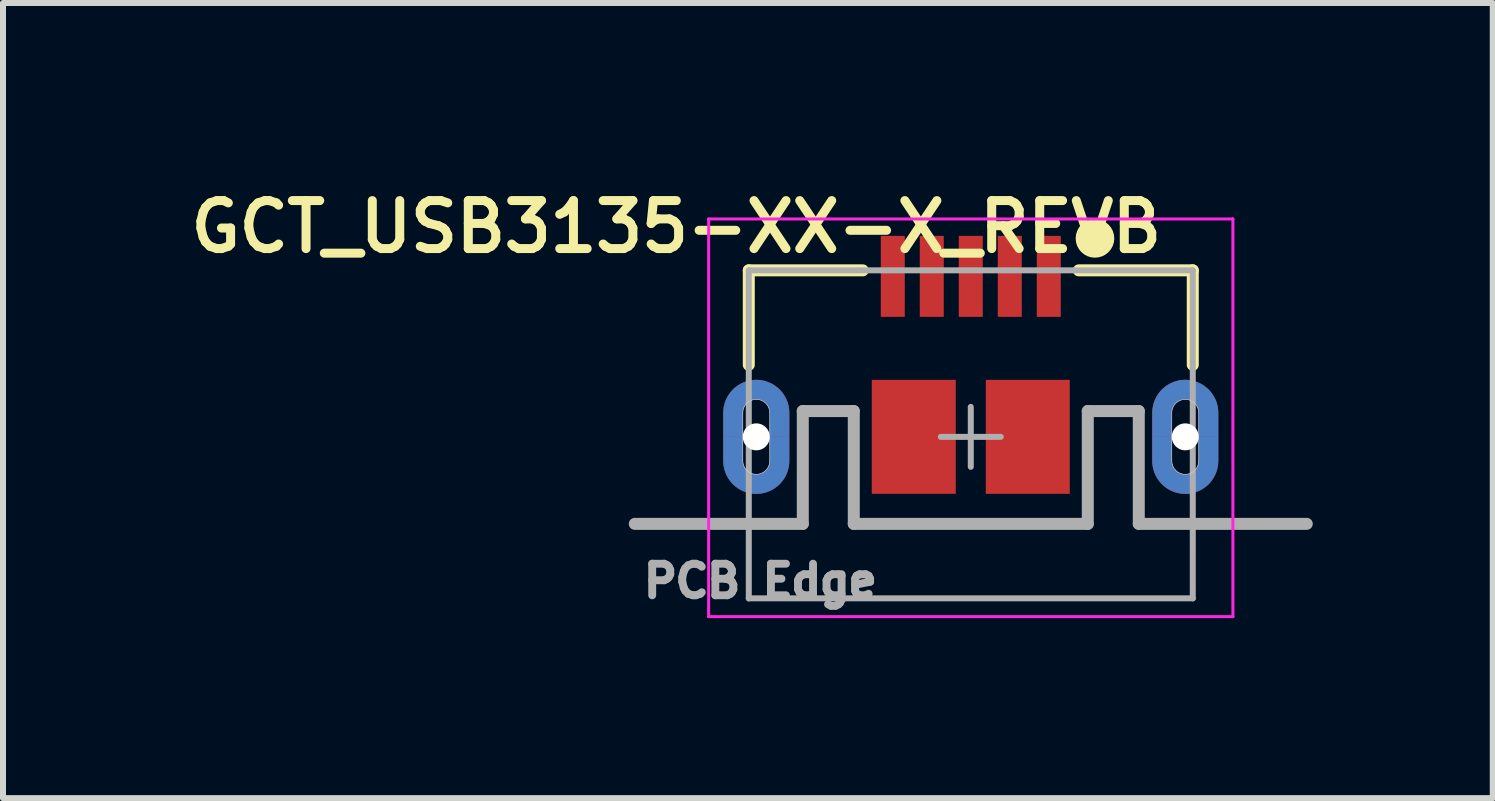
<source format=kicad_pcb>
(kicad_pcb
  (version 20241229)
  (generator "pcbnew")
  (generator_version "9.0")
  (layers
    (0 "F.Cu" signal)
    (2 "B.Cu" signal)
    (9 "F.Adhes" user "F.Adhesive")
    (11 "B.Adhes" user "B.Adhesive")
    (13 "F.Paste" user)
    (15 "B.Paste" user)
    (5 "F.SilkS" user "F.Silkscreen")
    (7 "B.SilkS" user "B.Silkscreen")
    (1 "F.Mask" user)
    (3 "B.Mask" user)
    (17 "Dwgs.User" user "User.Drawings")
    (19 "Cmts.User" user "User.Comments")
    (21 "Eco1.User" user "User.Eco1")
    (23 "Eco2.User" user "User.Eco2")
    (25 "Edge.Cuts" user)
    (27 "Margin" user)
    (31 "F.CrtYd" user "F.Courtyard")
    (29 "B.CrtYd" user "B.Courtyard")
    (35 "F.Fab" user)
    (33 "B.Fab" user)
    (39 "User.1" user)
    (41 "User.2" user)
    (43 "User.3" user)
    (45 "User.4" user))
  (footprint "GCT_USB3135-XX-X_REVB"
    (layer "F.Cu")
    (at 13.13 4.231)
    (property "Reference" "GCT_USB3135-XX-X_REVB" (at -4.908 -3.5 180) (layer "F.SilkS") (effects (font (size 0.8 0.8) (thickness 0.15))))
    (attr smd)
    (fp_poly (pts (xy -3.8 0) (xy -4.125 0) (xy -4.125 0.4) (xy -4.124 0.429) (xy -4.122 0.457) (xy -4.118 0.486) (xy -4.113 0.514) (xy -4.106 0.542) (xy -4.098 0.57) (xy -4.088 0.597) (xy -4.077 0.624) (xy -4.065 0.65) (xy -4.051 0.675) (xy -4.036 0.7) (xy -4.02 0.723) (xy -4.002 0.746) (xy -3.984 0.768) (xy -3.964 0.789) (xy -3.943 0.809) (xy -3.921 0.827) (xy -3.898 0.845) (xy -3.875 0.861) (xy -3.85 0.876) (xy -3.825 0.89) (xy -3.799 0.902) (xy -3.772 0.913) (xy -3.745 0.923) (xy -3.717 0.931) (xy -3.689 0.938) (xy -3.661 0.943) (xy -3.632 0.947) (xy -3.604 0.949) (xy -3.575 0.95) (xy -3.546 0.949) (xy -3.518 0.947) (xy -3.489 0.943) (xy -3.461 0.938) (xy -3.433 0.931) (xy -3.405 0.923) (xy -3.378 0.913) (xy -3.351 0.902) (xy -3.325 0.89) (xy -3.3 0.876) (xy -3.275 0.861) (xy -3.252 0.845) (xy -3.229 0.827) (xy -3.207 0.809) (xy -3.186 0.789) (xy -3.166 0.768) (xy -3.148 0.746) (xy -3.13 0.723) (xy -3.114 0.7) (xy -3.099 0.675) (xy -3.085 0.65) (xy -3.073 0.624) (xy -3.062 0.597) (xy -3.052 0.57) (xy -3.044 0.542) (xy -3.037 0.514) (xy -3.032 0.486) (xy -3.028 0.457) (xy -3.026 0.429) (xy -3.025 0.4) (xy -3.025 0) (xy -3.35 0) (xy -3.35 0.4) (xy -3.35 0.412) (xy -3.351 0.424) (xy -3.353 0.435) (xy -3.355 0.447) (xy -3.358 0.458) (xy -3.361 0.47) (xy -3.365 0.481) (xy -3.369 0.492) (xy -3.375 0.502) (xy -3.38 0.512) (xy -3.386 0.523) (xy -3.393 0.532) (xy -3.4 0.542) (xy -3.408 0.551) (xy -3.416 0.559) (xy -3.424 0.567) (xy -3.433 0.575) (xy -3.443 0.582) (xy -3.452 0.589) (xy -3.463 0.595) (xy -3.473 0.6) (xy -3.483 0.606) (xy -3.494 0.61) (xy -3.505 0.614) (xy -3.517 0.617) (xy -3.528 0.62) (xy -3.54 0.622) (xy -3.551 0.624) (xy -3.563 0.625) (xy -3.575 0.625) (xy -3.587 0.625) (xy -3.599 0.624) (xy -3.61 0.622) (xy -3.622 0.62) (xy -3.633 0.617) (xy -3.645 0.614) (xy -3.656 0.61) (xy -3.667 0.606) (xy -3.677 0.6) (xy -3.688 0.595) (xy -3.698 0.589) (xy -3.707 0.582) (xy -3.717 0.575) (xy -3.726 0.567) (xy -3.734 0.559) (xy -3.742 0.551) (xy -3.75 0.542) (xy -3.757 0.532) (xy -3.764 0.523) (xy -3.77 0.513) (xy -3.775 0.502) (xy -3.781 0.492) (xy -3.785 0.481) (xy -3.789 0.47) (xy -3.792 0.458) (xy -3.795 0.447) (xy -3.797 0.435) (xy -3.799 0.424) (xy -3.8 0.412) (xy -3.8 0.4) (xy -3.8 0)) (stroke (width 0.001) (type solid)) (fill yes) (layer "F.Cu"))
    (fp_poly (pts (xy 3.35 0) (xy 3.025 0) (xy 3.025 0.4) (xy 3.026 0.429) (xy 3.028 0.457) (xy 3.032 0.486) (xy 3.037 0.514) (xy 3.044 0.542) (xy 3.052 0.57) (xy 3.062 0.597) (xy 3.073 0.624) (xy 3.085 0.65) (xy 3.099 0.675) (xy 3.114 0.7) (xy 3.13 0.723) (xy 3.148 0.746) (xy 3.166 0.768) (xy 3.186 0.789) (xy 3.207 0.809) (xy 3.229 0.827) (xy 3.252 0.845) (xy 3.275 0.861) (xy 3.3 0.876) (xy 3.325 0.89) (xy 3.351 0.902) (xy 3.378 0.913) (xy 3.405 0.923) (xy 3.433 0.931) (xy 3.461 0.938) (xy 3.489 0.943) (xy 3.518 0.947) (xy 3.546 0.949) (xy 3.575 0.95) (xy 3.604 0.949) (xy 3.632 0.947) (xy 3.661 0.943) (xy 3.689 0.938) (xy 3.717 0.931) (xy 3.745 0.923) (xy 3.772 0.913) (xy 3.799 0.902) (xy 3.825 0.89) (xy 3.85 0.876) (xy 3.875 0.861) (xy 3.898 0.845) (xy 3.921 0.827) (xy 3.943 0.809) (xy 3.964 0.789) (xy 3.984 0.768) (xy 4.002 0.746) (xy 4.02 0.723) (xy 4.036 0.7) (xy 4.051 0.675) (xy 4.065 0.65) (xy 4.077 0.624) (xy 4.088 0.597) (xy 4.098 0.57) (xy 4.106 0.542) (xy 4.113 0.514) (xy 4.118 0.486) (xy 4.122 0.457) (xy 4.124 0.429) (xy 4.125 0.4) (xy 4.125 0) (xy 3.8 0) (xy 3.8 0.4) (xy 3.8 0.412) (xy 3.799 0.424) (xy 3.797 0.435) (xy 3.795 0.447) (xy 3.792 0.458) (xy 3.789 0.47) (xy 3.785 0.481) (xy 3.781 0.492) (xy 3.775 0.502) (xy 3.77 0.513) (xy 3.764 0.523) (xy 3.757 0.532) (xy 3.75 0.542) (xy 3.742 0.551) (xy 3.734 0.559) (xy 3.726 0.567) (xy 3.717 0.575) (xy 3.707 0.582) (xy 3.698 0.589) (xy 3.688 0.595) (xy 3.677 0.6) (xy 3.667 0.606) (xy 3.656 0.61) (xy 3.645 0.614) (xy 3.633 0.617) (xy 3.622 0.62) (xy 3.61 0.622) (xy 3.599 0.624) (xy 3.587 0.625) (xy 3.575 0.625) (xy 3.563 0.625) (xy 3.551 0.624) (xy 3.54 0.622) (xy 3.528 0.62) (xy 3.517 0.617) (xy 3.505 0.614) (xy 3.494 0.61) (xy 3.483 0.606) (xy 3.473 0.6) (xy 3.463 0.595) (xy 3.452 0.589) (xy 3.443 0.582) (xy 3.433 0.575) (xy 3.424 0.567) (xy 3.416 0.559) (xy 3.408 0.551) (xy 3.4 0.542) (xy 3.393 0.532) (xy 3.386 0.523) (xy 3.38 0.512) (xy 3.375 0.502) (xy 3.369 0.492) (xy 3.365 0.481) (xy 3.361 0.47) (xy 3.358 0.458) (xy 3.355 0.447) (xy 3.353 0.435) (xy 3.351 0.424) (xy 3.35 0.412) (xy 3.35 0.4) (xy 3.35 0)) (stroke (width 0.001) (type solid)) (fill yes) (layer "F.Cu"))
    (fp_poly (pts (xy -4.229 -1.05) (xy -2.925 -1.05) (xy -2.925 1.051) (xy -4.229 1.051)) (stroke (width 0.01) (type solid)) (fill yes) (layer "F.Mask"))
    (fp_poly (pts (xy 2.93 -1.05) (xy 4.225 -1.05) (xy 4.225 1.052) (xy 2.93 1.052)) (stroke (width 0.01) (type solid)) (fill yes) (layer "F.Mask"))
    (fp_poly (pts (xy -3.8 0) (xy -4.125 0) (xy -4.125 0.4) (xy -4.124 0.429) (xy -4.122 0.457) (xy -4.118 0.486) (xy -4.113 0.514) (xy -4.106 0.542) (xy -4.098 0.57) (xy -4.088 0.597) (xy -4.077 0.624) (xy -4.065 0.65) (xy -4.051 0.675) (xy -4.036 0.7) (xy -4.02 0.723) (xy -4.002 0.746) (xy -3.984 0.768) (xy -3.964 0.789) (xy -3.943 0.809) (xy -3.921 0.827) (xy -3.898 0.845) (xy -3.875 0.861) (xy -3.85 0.876) (xy -3.825 0.89) (xy -3.799 0.902) (xy -3.772 0.913) (xy -3.745 0.923) (xy -3.717 0.931) (xy -3.689 0.938) (xy -3.661 0.943) (xy -3.632 0.947) (xy -3.604 0.949) (xy -3.575 0.95) (xy -3.546 0.949) (xy -3.518 0.947) (xy -3.489 0.943) (xy -3.461 0.938) (xy -3.433 0.931) (xy -3.405 0.923) (xy -3.378 0.913) (xy -3.351 0.902) (xy -3.325 0.89) (xy -3.3 0.876) (xy -3.275 0.861) (xy -3.252 0.845) (xy -3.229 0.827) (xy -3.207 0.809) (xy -3.186 0.789) (xy -3.166 0.768) (xy -3.148 0.746) (xy -3.13 0.723) (xy -3.114 0.7) (xy -3.099 0.675) (xy -3.085 0.65) (xy -3.073 0.624) (xy -3.062 0.597) (xy -3.052 0.57) (xy -3.044 0.542) (xy -3.037 0.514) (xy -3.032 0.486) (xy -3.028 0.457) (xy -3.026 0.429) (xy -3.025 0.4) (xy -3.025 0) (xy -3.35 0) (xy -3.35 0.4) (xy -3.35 0.412) (xy -3.351 0.424) (xy -3.353 0.435) (xy -3.355 0.447) (xy -3.358 0.458) (xy -3.361 0.47) (xy -3.365 0.481) (xy -3.369 0.492) (xy -3.375 0.502) (xy -3.38 0.512) (xy -3.386 0.523) (xy -3.393 0.532) (xy -3.4 0.542) (xy -3.408 0.551) (xy -3.416 0.559) (xy -3.424 0.567) (xy -3.433 0.575) (xy -3.443 0.582) (xy -3.452 0.589) (xy -3.463 0.595) (xy -3.473 0.6) (xy -3.483 0.606) (xy -3.494 0.61) (xy -3.505 0.614) (xy -3.517 0.617) (xy -3.528 0.62) (xy -3.54 0.622) (xy -3.551 0.624) (xy -3.563 0.625) (xy -3.575 0.625) (xy -3.587 0.625) (xy -3.599 0.624) (xy -3.61 0.622) (xy -3.622 0.62) (xy -3.633 0.617) (xy -3.645 0.614) (xy -3.656 0.61) (xy -3.667 0.606) (xy -3.677 0.6) (xy -3.688 0.595) (xy -3.698 0.589) (xy -3.707 0.582) (xy -3.717 0.575) (xy -3.726 0.567) (xy -3.734 0.559) (xy -3.742 0.551) (xy -3.75 0.542) (xy -3.757 0.532) (xy -3.764 0.523) (xy -3.77 0.513) (xy -3.775 0.502) (xy -3.781 0.492) (xy -3.785 0.481) (xy -3.789 0.47) (xy -3.792 0.458) (xy -3.795 0.447) (xy -3.797 0.435) (xy -3.799 0.424) (xy -3.8 0.412) (xy -3.8 0.4) (xy -3.8 0)) (stroke (width 0.001) (type solid)) (fill yes) (layer "B.Cu"))
    (fp_poly (pts (xy -3.35 0) (xy -3.025 0) (xy -3.025 -0.4) (xy -3.026 -0.429) (xy -3.028 -0.457) (xy -3.032 -0.486) (xy -3.037 -0.514) (xy -3.044 -0.542) (xy -3.052 -0.57) (xy -3.062 -0.597) (xy -3.073 -0.624) (xy -3.085 -0.65) (xy -3.099 -0.675) (xy -3.114 -0.7) (xy -3.13 -0.723) (xy -3.148 -0.746) (xy -3.166 -0.768) (xy -3.186 -0.789) (xy -3.207 -0.809) (xy -3.229 -0.827) (xy -3.252 -0.845) (xy -3.275 -0.861) (xy -3.3 -0.876) (xy -3.325 -0.89) (xy -3.351 -0.902) (xy -3.378 -0.913) (xy -3.405 -0.923) (xy -3.433 -0.931) (xy -3.461 -0.938) (xy -3.489 -0.943) (xy -3.518 -0.947) (xy -3.546 -0.949) (xy -3.575 -0.95) (xy -3.604 -0.949) (xy -3.632 -0.947) (xy -3.661 -0.943) (xy -3.689 -0.938) (xy -3.717 -0.931) (xy -3.745 -0.923) (xy -3.772 -0.913) (xy -3.799 -0.902) (xy -3.825 -0.89) (xy -3.85 -0.876) (xy -3.875 -0.861) (xy -3.898 -0.845) (xy -3.921 -0.827) (xy -3.943 -0.809) (xy -3.964 -0.789) (xy -3.984 -0.768) (xy -4.002 -0.746) (xy -4.02 -0.723) (xy -4.036 -0.7) (xy -4.051 -0.675) (xy -4.065 -0.65) (xy -4.077 -0.624) (xy -4.088 -0.597) (xy -4.098 -0.57) (xy -4.106 -0.542) (xy -4.113 -0.514) (xy -4.118 -0.486) (xy -4.122 -0.457) (xy -4.124 -0.429) (xy -4.125 -0.4) (xy -4.125 0) (xy -3.8 0) (xy -3.8 -0.4) (xy -3.8 -0.412) (xy -3.799 -0.424) (xy -3.797 -0.435) (xy -3.795 -0.447) (xy -3.792 -0.458) (xy -3.789 -0.47) (xy -3.785 -0.481) (xy -3.781 -0.492) (xy -3.775 -0.502) (xy -3.77 -0.513) (xy -3.764 -0.523) (xy -3.757 -0.532) (xy -3.75 -0.542) (xy -3.742 -0.551) (xy -3.734 -0.559) (xy -3.726 -0.567) (xy -3.717 -0.575) (xy -3.707 -0.582) (xy -3.698 -0.589) (xy -3.688 -0.595) (xy -3.677 -0.6) (xy -3.667 -0.606) (xy -3.656 -0.61) (xy -3.645 -0.614) (xy -3.633 -0.617) (xy -3.622 -0.62) (xy -3.61 -0.622) (xy -3.599 -0.624) (xy -3.587 -0.625) (xy -3.575 -0.625) (xy -3.563 -0.625) (xy -3.551 -0.624) (xy -3.54 -0.622) (xy -3.528 -0.62) (xy -3.517 -0.617) (xy -3.505 -0.614) (xy -3.494 -0.61) (xy -3.483 -0.606) (xy -3.473 -0.6) (xy -3.463 -0.595) (xy -3.452 -0.589) (xy -3.443 -0.582) (xy -3.433 -0.575) (xy -3.424 -0.567) (xy -3.416 -0.559) (xy -3.408 -0.551) (xy -3.4 -0.542) (xy -3.393 -0.532) (xy -3.386 -0.523) (xy -3.38 -0.512) (xy -3.375 -0.502) (xy -3.369 -0.492) (xy -3.365 -0.481) (xy -3.361 -0.47) (xy -3.358 -0.458) (xy -3.355 -0.447) (xy -3.353 -0.435) (xy -3.351 -0.424) (xy -3.35 -0.412) (xy -3.35 -0.4) (xy -3.35 0)) (stroke (width 0.001) (type solid)) (fill yes) (layer "B.Cu"))
    (fp_poly (pts (xy 3.35 0) (xy 3.025 0) (xy 3.025 0.4) (xy 3.026 0.429) (xy 3.028 0.457) (xy 3.032 0.486) (xy 3.037 0.514) (xy 3.044 0.542) (xy 3.052 0.57) (xy 3.062 0.597) (xy 3.073 0.624) (xy 3.085 0.65) (xy 3.099 0.675) (xy 3.114 0.7) (xy 3.13 0.723) (xy 3.148 0.746) (xy 3.166 0.768) (xy 3.186 0.789) (xy 3.207 0.809) (xy 3.229 0.827) (xy 3.252 0.845) (xy 3.275 0.861) (xy 3.3 0.876) (xy 3.325 0.89) (xy 3.351 0.902) (xy 3.378 0.913) (xy 3.405 0.923) (xy 3.433 0.931) (xy 3.461 0.938) (xy 3.489 0.943) (xy 3.518 0.947) (xy 3.546 0.949) (xy 3.575 0.95) (xy 3.604 0.949) (xy 3.632 0.947) (xy 3.661 0.943) (xy 3.689 0.938) (xy 3.717 0.931) (xy 3.745 0.923) (xy 3.772 0.913) (xy 3.799 0.902) (xy 3.825 0.89) (xy 3.85 0.876) (xy 3.875 0.861) (xy 3.898 0.845) (xy 3.921 0.827) (xy 3.943 0.809) (xy 3.964 0.789) (xy 3.984 0.768) (xy 4.002 0.746) (xy 4.02 0.723) (xy 4.036 0.7) (xy 4.051 0.675) (xy 4.065 0.65) (xy 4.077 0.624) (xy 4.088 0.597) (xy 4.098 0.57) (xy 4.106 0.542) (xy 4.113 0.514) (xy 4.118 0.486) (xy 4.122 0.457) (xy 4.124 0.429) (xy 4.125 0.4) (xy 4.125 0) (xy 3.8 0) (xy 3.8 0.4) (xy 3.8 0.412) (xy 3.799 0.424) (xy 3.797 0.435) (xy 3.795 0.447) (xy 3.792 0.458) (xy 3.789 0.47) (xy 3.785 0.481) (xy 3.781 0.492) (xy 3.775 0.502) (xy 3.77 0.513) (xy 3.764 0.523) (xy 3.757 0.532) (xy 3.75 0.542) (xy 3.742 0.551) (xy 3.734 0.559) (xy 3.726 0.567) (xy 3.717 0.575) (xy 3.707 0.582) (xy 3.698 0.589) (xy 3.688 0.595) (xy 3.677 0.6) (xy 3.667 0.606) (xy 3.656 0.61) (xy 3.645 0.614) (xy 3.633 0.617) (xy 3.622 0.62) (xy 3.61 0.622) (xy 3.599 0.624) (xy 3.587 0.625) (xy 3.575 0.625) (xy 3.563 0.625) (xy 3.551 0.624) (xy 3.54 0.622) (xy 3.528 0.62) (xy 3.517 0.617) (xy 3.505 0.614) (xy 3.494 0.61) (xy 3.483 0.606) (xy 3.473 0.6) (xy 3.463 0.595) (xy 3.452 0.589) (xy 3.443 0.582) (xy 3.433 0.575) (xy 3.424 0.567) (xy 3.416 0.559) (xy 3.408 0.551) (xy 3.4 0.542) (xy 3.393 0.532) (xy 3.386 0.523) (xy 3.38 0.512) (xy 3.375 0.502) (xy 3.369 0.492) (xy 3.365 0.481) (xy 3.361 0.47) (xy 3.358 0.458) (xy 3.355 0.447) (xy 3.353 0.435) (xy 3.351 0.424) (xy 3.35 0.412) (xy 3.35 0.4) (xy 3.35 0)) (stroke (width 0.001) (type solid)) (fill yes) (layer "B.Cu"))
    (fp_poly (pts (xy 3.8 0) (xy 4.125 0) (xy 4.125 -0.4) (xy 4.124 -0.429) (xy 4.122 -0.457) (xy 4.118 -0.486) (xy 4.113 -0.514) (xy 4.106 -0.542) (xy 4.098 -0.57) (xy 4.088 -0.597) (xy 4.077 -0.624) (xy 4.065 -0.65) (xy 4.051 -0.675) (xy 4.036 -0.7) (xy 4.02 -0.723) (xy 4.002 -0.746) (xy 3.984 -0.768) (xy 3.964 -0.789) (xy 3.943 -0.809) (xy 3.921 -0.827) (xy 3.898 -0.845) (xy 3.875 -0.861) (xy 3.85 -0.876) (xy 3.825 -0.89) (xy 3.799 -0.902) (xy 3.772 -0.913) (xy 3.745 -0.923) (xy 3.717 -0.931) (xy 3.689 -0.938) (xy 3.661 -0.943) (xy 3.632 -0.947) (xy 3.604 -0.949) (xy 3.575 -0.95) (xy 3.546 -0.949) (xy 3.518 -0.947) (xy 3.489 -0.943) (xy 3.461 -0.938) (xy 3.433 -0.931) (xy 3.405 -0.923) (xy 3.378 -0.913) (xy 3.351 -0.902) (xy 3.325 -0.89) (xy 3.3 -0.876) (xy 3.275 -0.861) (xy 3.252 -0.845) (xy 3.229 -0.827) (xy 3.207 -0.809) (xy 3.186 -0.789) (xy 3.166 -0.768) (xy 3.148 -0.746) (xy 3.13 -0.723) (xy 3.114 -0.7) (xy 3.099 -0.675) (xy 3.085 -0.65) (xy 3.073 -0.624) (xy 3.062 -0.597) (xy 3.052 -0.57) (xy 3.044 -0.542) (xy 3.037 -0.514) (xy 3.032 -0.486) (xy 3.028 -0.457) (xy 3.026 -0.429) (xy 3.025 -0.4) (xy 3.025 0) (xy 3.35 0) (xy 3.35 -0.4) (xy 3.35 -0.412) (xy 3.351 -0.424) (xy 3.353 -0.435) (xy 3.355 -0.447) (xy 3.358 -0.458) (xy 3.361 -0.47) (xy 3.365 -0.481) (xy 3.369 -0.492) (xy 3.375 -0.502) (xy 3.38 -0.512) (xy 3.386 -0.523) (xy 3.393 -0.532) (xy 3.4 -0.542) (xy 3.408 -0.551) (xy 3.416 -0.559) (xy 3.424 -0.567) (xy 3.433 -0.575) (xy 3.443 -0.582) (xy 3.452 -0.589) (xy 3.463 -0.595) (xy 3.473 -0.6) (xy 3.483 -0.606) (xy 3.494 -0.61) (xy 3.505 -0.614) (xy 3.517 -0.617) (xy 3.528 -0.62) (xy 3.54 -0.622) (xy 3.551 -0.624) (xy 3.563 -0.625) (xy 3.575 -0.625) (xy 3.587 -0.625) (xy 3.599 -0.624) (xy 3.61 -0.622) (xy 3.622 -0.62) (xy 3.633 -0.617) (xy 3.645 -0.614) (xy 3.656 -0.61) (xy 3.667 -0.606) (xy 3.677 -0.6) (xy 3.688 -0.595) (xy 3.698 -0.589) (xy 3.707 -0.582) (xy 3.717 -0.575) (xy 3.726 -0.567) (xy 3.734 -0.559) (xy 3.742 -0.551) (xy 3.75 -0.542) (xy 3.757 -0.532) (xy 3.764 -0.523) (xy 3.77 -0.513) (xy 3.775 -0.502) (xy 3.781 -0.492) (xy 3.785 -0.481) (xy 3.789 -0.47) (xy 3.792 -0.458) (xy 3.795 -0.447) (xy 3.797 -0.435) (xy 3.799 -0.424) (xy 3.8 -0.412) (xy 3.8 -0.4) (xy 3.8 0)) (stroke (width 0.001) (type solid)) (fill yes) (layer "B.Cu"))
    (fp_poly (pts (xy -4.231 -1.05) (xy -2.925 -1.05) (xy -2.925 1.052) (xy -4.231 1.052)) (stroke (width 0.01) (type solid)) (fill yes) (layer "B.Mask"))
    (fp_poly (pts (xy 2.926 -1.05) (xy 4.225 -1.05) (xy 4.225 1.05) (xy 2.926 1.05)) (stroke (width 0.01) (type solid)) (fill yes) (layer "B.Mask"))
    (fp_line (start -3.7 -2.775) (end -1.8 -2.775) (stroke (width 0.2) (type solid)) (layer "F.SilkS"))
    (fp_line (start -3.7 -1.2) (end -3.7 -2.775) (stroke (width 0.2) (type solid)) (layer "F.SilkS"))
    (fp_line (start 1.8 -2.775) (end 3.7 -2.775) (stroke (width 0.2) (type solid)) (layer "F.SilkS"))
    (fp_line (start 3.7 -1.2) (end 3.7 -2.775) (stroke (width 0.2) (type solid)) (layer "F.SilkS"))
    (fp_circle (center 2.07 -3.308) (end 2.142 -3.308) (stroke (width 0.25) (type solid)) (fill no) (layer "F.SilkS"))
    (fp_poly (pts (xy -3.8 0) (xy -4.125 0) (xy -4.125 0.4) (xy -4.124 0.429) (xy -4.122 0.457) (xy -4.118 0.486) (xy -4.113 0.514) (xy -4.106 0.542) (xy -4.098 0.57) (xy -4.088 0.597) (xy -4.077 0.624) (xy -4.065 0.65) (xy -4.051 0.675) (xy -4.036 0.7) (xy -4.02 0.723) (xy -4.002 0.746) (xy -3.984 0.768) (xy -3.964 0.789) (xy -3.943 0.809) (xy -3.921 0.827) (xy -3.898 0.845) (xy -3.875 0.861) (xy -3.85 0.876) (xy -3.825 0.89) (xy -3.799 0.902) (xy -3.772 0.913) (xy -3.745 0.923) (xy -3.717 0.931) (xy -3.689 0.938) (xy -3.661 0.943) (xy -3.632 0.947) (xy -3.604 0.949) (xy -3.575 0.95) (xy -3.546 0.949) (xy -3.518 0.947) (xy -3.489 0.943) (xy -3.461 0.938) (xy -3.433 0.931) (xy -3.405 0.923) (xy -3.378 0.913) (xy -3.351 0.902) (xy -3.325 0.89) (xy -3.3 0.876) (xy -3.275 0.861) (xy -3.252 0.845) (xy -3.229 0.827) (xy -3.207 0.809) (xy -3.186 0.789) (xy -3.166 0.768) (xy -3.148 0.746) (xy -3.13 0.723) (xy -3.114 0.7) (xy -3.099 0.675) (xy -3.085 0.65) (xy -3.073 0.624) (xy -3.062 0.597) (xy -3.052 0.57) (xy -3.044 0.542) (xy -3.037 0.514) (xy -3.032 0.486) (xy -3.028 0.457) (xy -3.026 0.429) (xy -3.025 0.4) (xy -3.025 0) (xy -3.35 0) (xy -3.35 0.4) (xy -3.35 0.412) (xy -3.351 0.424) (xy -3.353 0.435) (xy -3.355 0.447) (xy -3.358 0.458) (xy -3.361 0.47) (xy -3.365 0.481) (xy -3.369 0.492) (xy -3.375 0.502) (xy -3.38 0.512) (xy -3.386 0.523) (xy -3.393 0.532) (xy -3.4 0.542) (xy -3.408 0.551) (xy -3.416 0.559) (xy -3.424 0.567) (xy -3.433 0.575) (xy -3.443 0.582) (xy -3.452 0.589) (xy -3.463 0.595) (xy -3.473 0.6) (xy -3.483 0.606) (xy -3.494 0.61) (xy -3.505 0.614) (xy -3.517 0.617) (xy -3.528 0.62) (xy -3.54 0.622) (xy -3.551 0.624) (xy -3.563 0.625) (xy -3.575 0.625) (xy -3.587 0.625) (xy -3.599 0.624) (xy -3.61 0.622) (xy -3.622 0.62) (xy -3.633 0.617) (xy -3.645 0.614) (xy -3.656 0.61) (xy -3.667 0.606) (xy -3.677 0.6) (xy -3.688 0.595) (xy -3.698 0.589) (xy -3.707 0.582) (xy -3.717 0.575) (xy -3.726 0.567) (xy -3.734 0.559) (xy -3.742 0.551) (xy -3.75 0.542) (xy -3.757 0.532) (xy -3.764 0.523) (xy -3.77 0.513) (xy -3.775 0.502) (xy -3.781 0.492) (xy -3.785 0.481) (xy -3.789 0.47) (xy -3.792 0.458) (xy -3.795 0.447) (xy -3.797 0.435) (xy -3.799 0.424) (xy -3.8 0.412) (xy -3.8 0.4) (xy -3.8 0)) (stroke (width 0.001) (type solid)) (fill yes) (layer "F.Paste"))
    (fp_poly (pts (xy -3.35 0) (xy -3.025 0) (xy -3.025 -0.4) (xy -3.026 -0.429) (xy -3.028 -0.457) (xy -3.032 -0.486) (xy -3.037 -0.514) (xy -3.044 -0.542) (xy -3.052 -0.57) (xy -3.062 -0.597) (xy -3.073 -0.624) (xy -3.085 -0.65) (xy -3.099 -0.675) (xy -3.114 -0.7) (xy -3.13 -0.723) (xy -3.148 -0.746) (xy -3.166 -0.768) (xy -3.186 -0.789) (xy -3.207 -0.809) (xy -3.229 -0.827) (xy -3.252 -0.845) (xy -3.275 -0.861) (xy -3.3 -0.876) (xy -3.325 -0.89) (xy -3.351 -0.902) (xy -3.378 -0.913) (xy -3.405 -0.923) (xy -3.433 -0.931) (xy -3.461 -0.938) (xy -3.489 -0.943) (xy -3.518 -0.947) (xy -3.546 -0.949) (xy -3.575 -0.95) (xy -3.604 -0.949) (xy -3.632 -0.947) (xy -3.661 -0.943) (xy -3.689 -0.938) (xy -3.717 -0.931) (xy -3.745 -0.923) (xy -3.772 -0.913) (xy -3.799 -0.902) (xy -3.825 -0.89) (xy -3.85 -0.876) (xy -3.875 -0.861) (xy -3.898 -0.845) (xy -3.921 -0.827) (xy -3.943 -0.809) (xy -3.964 -0.789) (xy -3.984 -0.768) (xy -4.002 -0.746) (xy -4.02 -0.723) (xy -4.036 -0.7) (xy -4.051 -0.675) (xy -4.065 -0.65) (xy -4.077 -0.624) (xy -4.088 -0.597) (xy -4.098 -0.57) (xy -4.106 -0.542) (xy -4.113 -0.514) (xy -4.118 -0.486) (xy -4.122 -0.457) (xy -4.124 -0.429) (xy -4.125 -0.4) (xy -4.125 0) (xy -3.8 0) (xy -3.8 -0.4) (xy -3.8 -0.412) (xy -3.799 -0.424) (xy -3.797 -0.435) (xy -3.795 -0.447) (xy -3.792 -0.458) (xy -3.789 -0.47) (xy -3.785 -0.481) (xy -3.781 -0.492) (xy -3.775 -0.502) (xy -3.77 -0.513) (xy -3.764 -0.523) (xy -3.757 -0.532) (xy -3.75 -0.542) (xy -3.742 -0.551) (xy -3.734 -0.559) (xy -3.726 -0.567) (xy -3.717 -0.575) (xy -3.707 -0.582) (xy -3.698 -0.589) (xy -3.688 -0.595) (xy -3.677 -0.6) (xy -3.667 -0.606) (xy -3.656 -0.61) (xy -3.645 -0.614) (xy -3.633 -0.617) (xy -3.622 -0.62) (xy -3.61 -0.622) (xy -3.599 -0.624) (xy -3.587 -0.625) (xy -3.575 -0.625) (xy -3.563 -0.625) (xy -3.551 -0.624) (xy -3.54 -0.622) (xy -3.528 -0.62) (xy -3.517 -0.617) (xy -3.505 -0.614) (xy -3.494 -0.61) (xy -3.483 -0.606) (xy -3.473 -0.6) (xy -3.463 -0.595) (xy -3.452 -0.589) (xy -3.443 -0.582) (xy -3.433 -0.575) (xy -3.424 -0.567) (xy -3.416 -0.559) (xy -3.408 -0.551) (xy -3.4 -0.542) (xy -3.393 -0.532) (xy -3.386 -0.523) (xy -3.38 -0.512) (xy -3.375 -0.502) (xy -3.369 -0.492) (xy -3.365 -0.481) (xy -3.361 -0.47) (xy -3.358 -0.458) (xy -3.355 -0.447) (xy -3.353 -0.435) (xy -3.351 -0.424) (xy -3.35 -0.412) (xy -3.35 -0.4) (xy -3.35 0)) (stroke (width 0.001) (type solid)) (fill yes) (layer "F.Paste"))
    (fp_poly (pts (xy 3.35 0) (xy 3.025 0) (xy 3.025 0.4) (xy 3.026 0.429) (xy 3.028 0.457) (xy 3.032 0.486) (xy 3.037 0.514) (xy 3.044 0.542) (xy 3.052 0.57) (xy 3.062 0.597) (xy 3.073 0.624) (xy 3.085 0.65) (xy 3.099 0.675) (xy 3.114 0.7) (xy 3.13 0.723) (xy 3.148 0.746) (xy 3.166 0.768) (xy 3.186 0.789) (xy 3.207 0.809) (xy 3.229 0.827) (xy 3.252 0.845) (xy 3.275 0.861) (xy 3.3 0.876) (xy 3.325 0.89) (xy 3.351 0.902) (xy 3.378 0.913) (xy 3.405 0.923) (xy 3.433 0.931) (xy 3.461 0.938) (xy 3.489 0.943) (xy 3.518 0.947) (xy 3.546 0.949) (xy 3.575 0.95) (xy 3.604 0.949) (xy 3.632 0.947) (xy 3.661 0.943) (xy 3.689 0.938) (xy 3.717 0.931) (xy 3.745 0.923) (xy 3.772 0.913) (xy 3.799 0.902) (xy 3.825 0.89) (xy 3.85 0.876) (xy 3.875 0.861) (xy 3.898 0.845) (xy 3.921 0.827) (xy 3.943 0.809) (xy 3.964 0.789) (xy 3.984 0.768) (xy 4.002 0.746) (xy 4.02 0.723) (xy 4.036 0.7) (xy 4.051 0.675) (xy 4.065 0.65) (xy 4.077 0.624) (xy 4.088 0.597) (xy 4.098 0.57) (xy 4.106 0.542) (xy 4.113 0.514) (xy 4.118 0.486) (xy 4.122 0.457) (xy 4.124 0.429) (xy 4.125 0.4) (xy 4.125 0) (xy 3.8 0) (xy 3.8 0.4) (xy 3.8 0.412) (xy 3.799 0.424) (xy 3.797 0.435) (xy 3.795 0.447) (xy 3.792 0.458) (xy 3.789 0.47) (xy 3.785 0.481) (xy 3.781 0.492) (xy 3.775 0.502) (xy 3.77 0.513) (xy 3.764 0.523) (xy 3.757 0.532) (xy 3.75 0.542) (xy 3.742 0.551) (xy 3.734 0.559) (xy 3.726 0.567) (xy 3.717 0.575) (xy 3.707 0.582) (xy 3.698 0.589) (xy 3.688 0.595) (xy 3.677 0.6) (xy 3.667 0.606) (xy 3.656 0.61) (xy 3.645 0.614) (xy 3.633 0.617) (xy 3.622 0.62) (xy 3.61 0.622) (xy 3.599 0.624) (xy 3.587 0.625) (xy 3.575 0.625) (xy 3.563 0.625) (xy 3.551 0.624) (xy 3.54 0.622) (xy 3.528 0.62) (xy 3.517 0.617) (xy 3.505 0.614) (xy 3.494 0.61) (xy 3.483 0.606) (xy 3.473 0.6) (xy 3.463 0.595) (xy 3.452 0.589) (xy 3.443 0.582) (xy 3.433 0.575) (xy 3.424 0.567) (xy 3.416 0.559) (xy 3.408 0.551) (xy 3.4 0.542) (xy 3.393 0.532) (xy 3.386 0.523) (xy 3.38 0.512) (xy 3.375 0.502) (xy 3.369 0.492) (xy 3.365 0.481) (xy 3.361 0.47) (xy 3.358 0.458) (xy 3.355 0.447) (xy 3.353 0.435) (xy 3.351 0.424) (xy 3.35 0.412) (xy 3.35 0.4) (xy 3.35 0)) (stroke (width 0.001) (type solid)) (fill yes) (layer "F.Paste"))
    (fp_poly (pts (xy 3.8 0) (xy 4.125 0) (xy 4.125 -0.4) (xy 4.124 -0.429) (xy 4.122 -0.457) (xy 4.118 -0.486) (xy 4.113 -0.514) (xy 4.106 -0.542) (xy 4.098 -0.57) (xy 4.088 -0.597) (xy 4.077 -0.624) (xy 4.065 -0.65) (xy 4.051 -0.675) (xy 4.036 -0.7) (xy 4.02 -0.723) (xy 4.002 -0.746) (xy 3.984 -0.768) (xy 3.964 -0.789) (xy 3.943 -0.809) (xy 3.921 -0.827) (xy 3.898 -0.845) (xy 3.875 -0.861) (xy 3.85 -0.876) (xy 3.825 -0.89) (xy 3.799 -0.902) (xy 3.772 -0.913) (xy 3.745 -0.923) (xy 3.717 -0.931) (xy 3.689 -0.938) (xy 3.661 -0.943) (xy 3.632 -0.947) (xy 3.604 -0.949) (xy 3.575 -0.95) (xy 3.546 -0.949) (xy 3.518 -0.947) (xy 3.489 -0.943) (xy 3.461 -0.938) (xy 3.433 -0.931) (xy 3.405 -0.923) (xy 3.378 -0.913) (xy 3.351 -0.902) (xy 3.325 -0.89) (xy 3.3 -0.876) (xy 3.275 -0.861) (xy 3.252 -0.845) (xy 3.229 -0.827) (xy 3.207 -0.809) (xy 3.186 -0.789) (xy 3.166 -0.768) (xy 3.148 -0.746) (xy 3.13 -0.723) (xy 3.114 -0.7) (xy 3.099 -0.675) (xy 3.085 -0.65) (xy 3.073 -0.624) (xy 3.062 -0.597) (xy 3.052 -0.57) (xy 3.044 -0.542) (xy 3.037 -0.514) (xy 3.032 -0.486) (xy 3.028 -0.457) (xy 3.026 -0.429) (xy 3.025 -0.4) (xy 3.025 0) (xy 3.35 0) (xy 3.35 -0.4) (xy 3.35 -0.412) (xy 3.351 -0.424) (xy 3.353 -0.435) (xy 3.355 -0.447) (xy 3.358 -0.458) (xy 3.361 -0.47) (xy 3.365 -0.481) (xy 3.369 -0.492) (xy 3.375 -0.502) (xy 3.38 -0.512) (xy 3.386 -0.523) (xy 3.393 -0.532) (xy 3.4 -0.542) (xy 3.408 -0.551) (xy 3.416 -0.559) (xy 3.424 -0.567) (xy 3.433 -0.575) (xy 3.443 -0.582) (xy 3.452 -0.589) (xy 3.463 -0.595) (xy 3.473 -0.6) (xy 3.483 -0.606) (xy 3.494 -0.61) (xy 3.505 -0.614) (xy 3.517 -0.617) (xy 3.528 -0.62) (xy 3.54 -0.622) (xy 3.551 -0.624) (xy 3.563 -0.625) (xy 3.575 -0.625) (xy 3.587 -0.625) (xy 3.599 -0.624) (xy 3.61 -0.622) (xy 3.622 -0.62) (xy 3.633 -0.617) (xy 3.645 -0.614) (xy 3.656 -0.61) (xy 3.667 -0.606) (xy 3.677 -0.6) (xy 3.688 -0.595) (xy 3.698 -0.589) (xy 3.707 -0.582) (xy 3.717 -0.575) (xy 3.726 -0.567) (xy 3.734 -0.559) (xy 3.742 -0.551) (xy 3.75 -0.542) (xy 3.757 -0.532) (xy 3.764 -0.523) (xy 3.77 -0.513) (xy 3.775 -0.502) (xy 3.781 -0.492) (xy 3.785 -0.481) (xy 3.789 -0.47) (xy 3.792 -0.458) (xy 3.795 -0.447) (xy 3.797 -0.435) (xy 3.799 -0.424) (xy 3.8 -0.412) (xy 3.8 -0.4) (xy 3.8 0)) (stroke (width 0.001) (type solid)) (fill yes) (layer "F.Paste"))
    (fp_poly (pts (xy -3.8 0) (xy -4.125 0) (xy -4.125 0.4) (xy -4.124 0.429) (xy -4.122 0.457) (xy -4.118 0.486) (xy -4.113 0.514) (xy -4.106 0.542) (xy -4.098 0.57) (xy -4.088 0.597) (xy -4.077 0.624) (xy -4.065 0.65) (xy -4.051 0.675) (xy -4.036 0.7) (xy -4.02 0.723) (xy -4.002 0.746) (xy -3.984 0.768) (xy -3.964 0.789) (xy -3.943 0.809) (xy -3.921 0.827) (xy -3.898 0.845) (xy -3.875 0.861) (xy -3.85 0.876) (xy -3.825 0.89) (xy -3.799 0.902) (xy -3.772 0.913) (xy -3.745 0.923) (xy -3.717 0.931) (xy -3.689 0.938) (xy -3.661 0.943) (xy -3.632 0.947) (xy -3.604 0.949) (xy -3.575 0.95) (xy -3.546 0.949) (xy -3.518 0.947) (xy -3.489 0.943) (xy -3.461 0.938) (xy -3.433 0.931) (xy -3.405 0.923) (xy -3.378 0.913) (xy -3.351 0.902) (xy -3.325 0.89) (xy -3.3 0.876) (xy -3.275 0.861) (xy -3.252 0.845) (xy -3.229 0.827) (xy -3.207 0.809) (xy -3.186 0.789) (xy -3.166 0.768) (xy -3.148 0.746) (xy -3.13 0.723) (xy -3.114 0.7) (xy -3.099 0.675) (xy -3.085 0.65) (xy -3.073 0.624) (xy -3.062 0.597) (xy -3.052 0.57) (xy -3.044 0.542) (xy -3.037 0.514) (xy -3.032 0.486) (xy -3.028 0.457) (xy -3.026 0.429) (xy -3.025 0.4) (xy -3.025 0) (xy -3.35 0) (xy -3.35 0.4) (xy -3.35 0.412) (xy -3.351 0.424) (xy -3.353 0.435) (xy -3.355 0.447) (xy -3.358 0.458) (xy -3.361 0.47) (xy -3.365 0.481) (xy -3.369 0.492) (xy -3.375 0.502) (xy -3.38 0.512) (xy -3.386 0.523) (xy -3.393 0.532) (xy -3.4 0.542) (xy -3.408 0.551) (xy -3.416 0.559) (xy -3.424 0.567) (xy -3.433 0.575) (xy -3.443 0.582) (xy -3.452 0.589) (xy -3.463 0.595) (xy -3.473 0.6) (xy -3.483 0.606) (xy -3.494 0.61) (xy -3.505 0.614) (xy -3.517 0.617) (xy -3.528 0.62) (xy -3.54 0.622) (xy -3.551 0.624) (xy -3.563 0.625) (xy -3.575 0.625) (xy -3.587 0.625) (xy -3.599 0.624) (xy -3.61 0.622) (xy -3.622 0.62) (xy -3.633 0.617) (xy -3.645 0.614) (xy -3.656 0.61) (xy -3.667 0.606) (xy -3.677 0.6) (xy -3.688 0.595) (xy -3.698 0.589) (xy -3.707 0.582) (xy -3.717 0.575) (xy -3.726 0.567) (xy -3.734 0.559) (xy -3.742 0.551) (xy -3.75 0.542) (xy -3.757 0.532) (xy -3.764 0.523) (xy -3.77 0.513) (xy -3.775 0.502) (xy -3.781 0.492) (xy -3.785 0.481) (xy -3.789 0.47) (xy -3.792 0.458) (xy -3.795 0.447) (xy -3.797 0.435) (xy -3.799 0.424) (xy -3.8 0.412) (xy -3.8 0.4) (xy -3.8 0)) (stroke (width 0.001) (type solid)) (fill yes) (layer "B.Paste"))
    (fp_poly (pts (xy -3.35 0) (xy -3.025 0) (xy -3.025 -0.4) (xy -3.026 -0.429) (xy -3.028 -0.457) (xy -3.032 -0.486) (xy -3.037 -0.514) (xy -3.044 -0.542) (xy -3.052 -0.57) (xy -3.062 -0.597) (xy -3.073 -0.624) (xy -3.085 -0.65) (xy -3.099 -0.675) (xy -3.114 -0.7) (xy -3.13 -0.723) (xy -3.148 -0.746) (xy -3.166 -0.768) (xy -3.186 -0.789) (xy -3.207 -0.809) (xy -3.229 -0.827) (xy -3.252 -0.845) (xy -3.275 -0.861) (xy -3.3 -0.876) (xy -3.325 -0.89) (xy -3.351 -0.902) (xy -3.378 -0.913) (xy -3.405 -0.923) (xy -3.433 -0.931) (xy -3.461 -0.938) (xy -3.489 -0.943) (xy -3.518 -0.947) (xy -3.546 -0.949) (xy -3.575 -0.95) (xy -3.604 -0.949) (xy -3.632 -0.947) (xy -3.661 -0.943) (xy -3.689 -0.938) (xy -3.717 -0.931) (xy -3.745 -0.923) (xy -3.772 -0.913) (xy -3.799 -0.902) (xy -3.825 -0.89) (xy -3.85 -0.876) (xy -3.875 -0.861) (xy -3.898 -0.845) (xy -3.921 -0.827) (xy -3.943 -0.809) (xy -3.964 -0.789) (xy -3.984 -0.768) (xy -4.002 -0.746) (xy -4.02 -0.723) (xy -4.036 -0.7) (xy -4.051 -0.675) (xy -4.065 -0.65) (xy -4.077 -0.624) (xy -4.088 -0.597) (xy -4.098 -0.57) (xy -4.106 -0.542) (xy -4.113 -0.514) (xy -4.118 -0.486) (xy -4.122 -0.457) (xy -4.124 -0.429) (xy -4.125 -0.4) (xy -4.125 0) (xy -3.8 0) (xy -3.8 -0.4) (xy -3.8 -0.412) (xy -3.799 -0.424) (xy -3.797 -0.435) (xy -3.795 -0.447) (xy -3.792 -0.458) (xy -3.789 -0.47) (xy -3.785 -0.481) (xy -3.781 -0.492) (xy -3.775 -0.502) (xy -3.77 -0.513) (xy -3.764 -0.523) (xy -3.757 -0.532) (xy -3.75 -0.542) (xy -3.742 -0.551) (xy -3.734 -0.559) (xy -3.726 -0.567) (xy -3.717 -0.575) (xy -3.707 -0.582) (xy -3.698 -0.589) (xy -3.688 -0.595) (xy -3.677 -0.6) (xy -3.667 -0.606) (xy -3.656 -0.61) (xy -3.645 -0.614) (xy -3.633 -0.617) (xy -3.622 -0.62) (xy -3.61 -0.622) (xy -3.599 -0.624) (xy -3.587 -0.625) (xy -3.575 -0.625) (xy -3.563 -0.625) (xy -3.551 -0.624) (xy -3.54 -0.622) (xy -3.528 -0.62) (xy -3.517 -0.617) (xy -3.505 -0.614) (xy -3.494 -0.61) (xy -3.483 -0.606) (xy -3.473 -0.6) (xy -3.463 -0.595) (xy -3.452 -0.589) (xy -3.443 -0.582) (xy -3.433 -0.575) (xy -3.424 -0.567) (xy -3.416 -0.559) (xy -3.408 -0.551) (xy -3.4 -0.542) (xy -3.393 -0.532) (xy -3.386 -0.523) (xy -3.38 -0.512) (xy -3.375 -0.502) (xy -3.369 -0.492) (xy -3.365 -0.481) (xy -3.361 -0.47) (xy -3.358 -0.458) (xy -3.355 -0.447) (xy -3.353 -0.435) (xy -3.351 -0.424) (xy -3.35 -0.412) (xy -3.35 -0.4) (xy -3.35 0)) (stroke (width 0.001) (type solid)) (fill yes) (layer "B.Paste"))
    (fp_poly (pts (xy 3.35 0) (xy 3.025 0) (xy 3.025 0.4) (xy 3.026 0.429) (xy 3.028 0.457) (xy 3.032 0.486) (xy 3.037 0.514) (xy 3.044 0.542) (xy 3.052 0.57) (xy 3.062 0.597) (xy 3.073 0.624) (xy 3.085 0.65) (xy 3.099 0.675) (xy 3.114 0.7) (xy 3.13 0.723) (xy 3.148 0.746) (xy 3.166 0.768) (xy 3.186 0.789) (xy 3.207 0.809) (xy 3.229 0.827) (xy 3.252 0.845) (xy 3.275 0.861) (xy 3.3 0.876) (xy 3.325 0.89) (xy 3.351 0.902) (xy 3.378 0.913) (xy 3.405 0.923) (xy 3.433 0.931) (xy 3.461 0.938) (xy 3.489 0.943) (xy 3.518 0.947) (xy 3.546 0.949) (xy 3.575 0.95) (xy 3.604 0.949) (xy 3.632 0.947) (xy 3.661 0.943) (xy 3.689 0.938) (xy 3.717 0.931) (xy 3.745 0.923) (xy 3.772 0.913) (xy 3.799 0.902) (xy 3.825 0.89) (xy 3.85 0.876) (xy 3.875 0.861) (xy 3.898 0.845) (xy 3.921 0.827) (xy 3.943 0.809) (xy 3.964 0.789) (xy 3.984 0.768) (xy 4.002 0.746) (xy 4.02 0.723) (xy 4.036 0.7) (xy 4.051 0.675) (xy 4.065 0.65) (xy 4.077 0.624) (xy 4.088 0.597) (xy 4.098 0.57) (xy 4.106 0.542) (xy 4.113 0.514) (xy 4.118 0.486) (xy 4.122 0.457) (xy 4.124 0.429) (xy 4.125 0.4) (xy 4.125 0) (xy 3.8 0) (xy 3.8 0.4) (xy 3.8 0.412) (xy 3.799 0.424) (xy 3.797 0.435) (xy 3.795 0.447) (xy 3.792 0.458) (xy 3.789 0.47) (xy 3.785 0.481) (xy 3.781 0.492) (xy 3.775 0.502) (xy 3.77 0.513) (xy 3.764 0.523) (xy 3.757 0.532) (xy 3.75 0.542) (xy 3.742 0.551) (xy 3.734 0.559) (xy 3.726 0.567) (xy 3.717 0.575) (xy 3.707 0.582) (xy 3.698 0.589) (xy 3.688 0.595) (xy 3.677 0.6) (xy 3.667 0.606) (xy 3.656 0.61) (xy 3.645 0.614) (xy 3.633 0.617) (xy 3.622 0.62) (xy 3.61 0.622) (xy 3.599 0.624) (xy 3.587 0.625) (xy 3.575 0.625) (xy 3.563 0.625) (xy 3.551 0.624) (xy 3.54 0.622) (xy 3.528 0.62) (xy 3.517 0.617) (xy 3.505 0.614) (xy 3.494 0.61) (xy 3.483 0.606) (xy 3.473 0.6) (xy 3.463 0.595) (xy 3.452 0.589) (xy 3.443 0.582) (xy 3.433 0.575) (xy 3.424 0.567) (xy 3.416 0.559) (xy 3.408 0.551) (xy 3.4 0.542) (xy 3.393 0.532) (xy 3.386 0.523) (xy 3.38 0.512) (xy 3.375 0.502) (xy 3.369 0.492) (xy 3.365 0.481) (xy 3.361 0.47) (xy 3.358 0.458) (xy 3.355 0.447) (xy 3.353 0.435) (xy 3.351 0.424) (xy 3.35 0.412) (xy 3.35 0.4) (xy 3.35 0)) (stroke (width 0.001) (type solid)) (fill yes) (layer "B.Paste"))
    (fp_poly (pts (xy 3.8 0) (xy 4.125 0) (xy 4.125 -0.4) (xy 4.124 -0.429) (xy 4.122 -0.457) (xy 4.118 -0.486) (xy 4.113 -0.514) (xy 4.106 -0.542) (xy 4.098 -0.57) (xy 4.088 -0.597) (xy 4.077 -0.624) (xy 4.065 -0.65) (xy 4.051 -0.675) (xy 4.036 -0.7) (xy 4.02 -0.723) (xy 4.002 -0.746) (xy 3.984 -0.768) (xy 3.964 -0.789) (xy 3.943 -0.809) (xy 3.921 -0.827) (xy 3.898 -0.845) (xy 3.875 -0.861) (xy 3.85 -0.876) (xy 3.825 -0.89) (xy 3.799 -0.902) (xy 3.772 -0.913) (xy 3.745 -0.923) (xy 3.717 -0.931) (xy 3.689 -0.938) (xy 3.661 -0.943) (xy 3.632 -0.947) (xy 3.604 -0.949) (xy 3.575 -0.95) (xy 3.546 -0.949) (xy 3.518 -0.947) (xy 3.489 -0.943) (xy 3.461 -0.938) (xy 3.433 -0.931) (xy 3.405 -0.923) (xy 3.378 -0.913) (xy 3.351 -0.902) (xy 3.325 -0.89) (xy 3.3 -0.876) (xy 3.275 -0.861) (xy 3.252 -0.845) (xy 3.229 -0.827) (xy 3.207 -0.809) (xy 3.186 -0.789) (xy 3.166 -0.768) (xy 3.148 -0.746) (xy 3.13 -0.723) (xy 3.114 -0.7) (xy 3.099 -0.675) (xy 3.085 -0.65) (xy 3.073 -0.624) (xy 3.062 -0.597) (xy 3.052 -0.57) (xy 3.044 -0.542) (xy 3.037 -0.514) (xy 3.032 -0.486) (xy 3.028 -0.457) (xy 3.026 -0.429) (xy 3.025 -0.4) (xy 3.025 0) (xy 3.35 0) (xy 3.35 -0.4) (xy 3.35 -0.412) (xy 3.351 -0.424) (xy 3.353 -0.435) (xy 3.355 -0.447) (xy 3.358 -0.458) (xy 3.361 -0.47) (xy 3.365 -0.481) (xy 3.369 -0.492) (xy 3.375 -0.502) (xy 3.38 -0.512) (xy 3.386 -0.523) (xy 3.393 -0.532) (xy 3.4 -0.542) (xy 3.408 -0.551) (xy 3.416 -0.559) (xy 3.424 -0.567) (xy 3.433 -0.575) (xy 3.443 -0.582) (xy 3.452 -0.589) (xy 3.463 -0.595) (xy 3.473 -0.6) (xy 3.483 -0.606) (xy 3.494 -0.61) (xy 3.505 -0.614) (xy 3.517 -0.617) (xy 3.528 -0.62) (xy 3.54 -0.622) (xy 3.551 -0.624) (xy 3.563 -0.625) (xy 3.575 -0.625) (xy 3.587 -0.625) (xy 3.599 -0.624) (xy 3.61 -0.622) (xy 3.622 -0.62) (xy 3.633 -0.617) (xy 3.645 -0.614) (xy 3.656 -0.61) (xy 3.667 -0.606) (xy 3.677 -0.6) (xy 3.688 -0.595) (xy 3.698 -0.589) (xy 3.707 -0.582) (xy 3.717 -0.575) (xy 3.726 -0.567) (xy 3.734 -0.559) (xy 3.742 -0.551) (xy 3.75 -0.542) (xy 3.757 -0.532) (xy 3.764 -0.523) (xy 3.77 -0.513) (xy 3.775 -0.502) (xy 3.781 -0.492) (xy 3.785 -0.481) (xy 3.789 -0.47) (xy 3.792 -0.458) (xy 3.795 -0.447) (xy 3.797 -0.435) (xy 3.799 -0.424) (xy 3.8 -0.412) (xy 3.8 -0.4) (xy 3.8 0)) (stroke (width 0.001) (type solid)) (fill yes) (layer "B.Paste"))
    (fp_line (start -3.8 -0.4) (end -3.8 0.4) (stroke (width 0.01) (type solid)) (layer "Edge.Cuts"))
    (fp_line (start -3.35 0.4) (end -3.35 -0.4) (stroke (width 0.01) (type solid)) (layer "Edge.Cuts"))
    (fp_line (start 3.35 -0.4) (end 3.35 0.4) (stroke (width 0.01) (type solid)) (layer "Edge.Cuts"))
    (fp_line (start 3.8 0.4) (end 3.8 -0.4) (stroke (width 0.01) (type solid)) (layer "Edge.Cuts"))
    (fp_arc (start -3.8 -0.4) (mid -3.734099 -0.559099) (end -3.575 -0.625) (stroke (width 0.01) (type solid)) (layer "Edge.Cuts"))
    (fp_arc (start -3.575 -0.625) (mid -3.415901 -0.559099) (end -3.35 -0.4) (stroke (width 0.01) (type solid)) (layer "Edge.Cuts"))
    (fp_arc (start -3.575 0.625) (mid -3.734099 0.559099) (end -3.8 0.4) (stroke (width 0.01) (type solid)) (layer "Edge.Cuts"))
    (fp_arc (start -3.35 0.4) (mid -3.415901 0.559099) (end -3.575 0.625) (stroke (width 0.01) (type solid)) (layer "Edge.Cuts"))
    (fp_arc (start 3.35 -0.4) (mid 3.415901 -0.559099) (end 3.575 -0.625) (stroke (width 0.01) (type solid)) (layer "Edge.Cuts"))
    (fp_arc (start 3.575 -0.625) (mid 3.734099 -0.559099) (end 3.8 -0.4) (stroke (width 0.01) (type solid)) (layer "Edge.Cuts"))
    (fp_arc (start 3.575 0.625) (mid 3.415901 0.559099) (end 3.35 0.4) (stroke (width 0.01) (type solid)) (layer "Edge.Cuts"))
    (fp_arc (start 3.8 0.4) (mid 3.734099 0.559099) (end 3.575 0.625) (stroke (width 0.01) (type solid)) (layer "Edge.Cuts"))
    (fp_line (start -4.369 -3.632) (end 4.369 -3.632) (stroke (width 0.05) (type solid)) (layer "F.CrtYd"))
    (fp_line (start -4.369 2.997) (end -4.369 -3.632) (stroke (width 0.05) (type solid)) (layer "F.CrtYd"))
    (fp_line (start -4.369 2.997) (end 4.369 2.997) (stroke (width 0.05) (type solid)) (layer "F.CrtYd"))
    (fp_line (start 4.369 2.997) (end 4.369 -3.632) (stroke (width 0.05) (type solid)) (layer "F.CrtYd"))
    (fp_line (start -5.6 1.45) (end -2.8 1.45) (stroke (width 0.2) (type solid)) (layer "F.Fab"))
    (fp_line (start -3.7 -2.775) (end 3.7 -2.775) (stroke (width 0.1) (type solid)) (layer "F.Fab"))
    (fp_line (start -3.7 2.692) (end -3.7 -2.775) (stroke (width 0.1) (type solid)) (layer "F.Fab"))
    (fp_line (start -3.7 2.692) (end 3.7 2.692) (stroke (width 0.1) (type solid)) (layer "F.Fab"))
    (fp_line (start -2.8 -0.43) (end -1.95 -0.43) (stroke (width 0.2) (type solid)) (layer "F.Fab"))
    (fp_line (start -2.8 1.45) (end -2.8 -0.43) (stroke (width 0.2) (type solid)) (layer "F.Fab"))
    (fp_line (start -1.95 1.45) (end -1.95 -0.43) (stroke (width 0.2) (type solid)) (layer "F.Fab"))
    (fp_line (start -1.95 1.45) (end 1.95 1.45) (stroke (width 0.2) (type solid)) (layer "F.Fab"))
    (fp_line (start -0.5 0) (end 0.5 0) (stroke (width 0.1) (type solid)) (layer "F.Fab"))
    (fp_line (start 0 0.5) (end 0 -0.5) (stroke (width 0.1) (type solid)) (layer "F.Fab"))
    (fp_line (start 1.95 -0.43) (end 2.8 -0.43) (stroke (width 0.2) (type solid)) (layer "F.Fab"))
    (fp_line (start 1.95 1.45) (end 1.95 -0.43) (stroke (width 0.2) (type solid)) (layer "F.Fab"))
    (fp_line (start 2.8 1.45) (end 2.8 -0.43) (stroke (width 0.2) (type solid)) (layer "F.Fab"))
    (fp_line (start 2.8 1.45) (end 5.6 1.45) (stroke (width 0.2) (type solid)) (layer "F.Fab"))
    (fp_line (start 3.7 2.692) (end 3.7 -2.775) (stroke (width 0.1) (type solid)) (layer "F.Fab"))
    (fp_text user "PCB Edge" (at -3.506 2.404 0) (layer "F.Fab") (effects (font (size 0.526 0.526) (thickness 0.15))))
    (pad "" np_thru_hole circle (at -3.575 0) (size 0.45 0.45) (drill 0.45) (layers "*.Cu" "*.Mask"))
    (pad "" np_thru_hole circle (at 3.575 0) (size 0.45 0.45) (drill 0.45) (layers "*.Cu" "*.Mask"))
    (pad "1" smd rect (at 1.3 -2.675) (size 0.4 1.35) (layers "F.Cu" "F.Mask" "F.Paste"))
    (pad "2" smd rect (at 0.65 -2.675) (size 0.4 1.35) (layers "F.Cu" "F.Mask" "F.Paste"))
    (pad "3" smd rect (at 0 -2.675) (size 0.4 1.35) (layers "F.Cu" "F.Mask" "F.Paste"))
    (pad "4" smd rect (at -0.65 -2.675) (size 0.4 1.35) (layers "F.Cu" "F.Mask" "F.Paste"))
    (pad "5" smd rect (at -1.3 -2.675) (size 0.4 1.35) (layers "F.Cu" "F.Mask" "F.Paste"))
    (pad "6" smd rect (at -0.95 0) (size 1.4 1.9) (layers "F.Cu" "F.Mask" "F.Paste"))
    (pad "7" smd rect (at 0.95 0) (size 1.4 1.9) (layers "F.Cu" "F.Mask" "F.Paste"))
    (pad "8" smd custom (at -3.575 -0.775) (size 0.1 0.1) (layers "F.Cu") (options (anchor rect)) (primitives (gr_poly (pts (xy 0.225 0.775) (xy 0.55 0.775) (xy 0.55 0.375) (xy 0.549 0.346) (xy 0.547 0.318) (xy 0.543 0.289) (xy 0.538 0.261) (xy 0.531 0.233) (xy 0.523 0.205) (xy 0.513 0.178) (xy 0.502 0.151) (xy 0.49 0.125) (xy 0.476 0.1) (xy 0.461 0.075) (xy 0.445 0.052) (xy 0.427 0.029) (xy 0.409 0.007) (xy 0.389 -0.014) (xy 0.368 -0.034) (xy 0.346 -0.052) (xy 0.323 -0.07) (xy 0.3 -0.086) (xy 0.275 -0.101) (xy 0.25 -0.115) (xy 0.224 -0.127) (xy 0.197 -0.138) (xy 0.17 -0.148) (xy 0.142 -0.156) (xy 0.114 -0.163) (xy 0.086 -0.168) (xy 0.057 -0.172) (xy 0.029 -0.174) (xy 0 -0.175) (xy -0.029 -0.174) (xy -0.057 -0.172) (xy -0.086 -0.168) (xy -0.114 -0.163) (xy -0.142 -0.156) (xy -0.17 -0.148) (xy -0.197 -0.138) (xy -0.224 -0.127) (xy -0.25 -0.115) (xy -0.275 -0.101) (xy -0.3 -0.086) (xy -0.323 -0.07) (xy -0.346 -0.052) (xy -0.368 -0.034) (xy -0.389 -0.014) (xy -0.409 0.007) (xy -0.427 0.029) (xy -0.445 0.052) (xy -0.461 0.075) (xy -0.476 0.1) (xy -0.49 0.125) (xy -0.502 0.151) (xy -0.513 0.178) (xy -0.523 0.205) (xy -0.531 0.233) (xy -0.538 0.261) (xy -0.543 0.289) (xy -0.547 0.318) (xy -0.549 0.346) (xy -0.55 0.375) (xy -0.55 0.775) (xy -0.225 0.775) (xy -0.225 0.375) (xy -0.225 0.363) (xy -0.224 0.351) (xy -0.222 0.34) (xy -0.22 0.328) (xy -0.217 0.317) (xy -0.214 0.305) (xy -0.21 0.294) (xy -0.206 0.283) (xy -0.2 0.273) (xy -0.195 0.262) (xy -0.189 0.252) (xy -0.182 0.243) (xy -0.175 0.233) (xy -0.167 0.224) (xy -0.159 0.216) (xy -0.151 0.208) (xy -0.142 0.2) (xy -0.132 0.193) (xy -0.123 0.186) (xy -0.113 0.18) (xy -0.102 0.175) (xy -0.092 0.169) (xy -0.081 0.165) (xy -0.07 0.161) (xy -0.058 0.158) (xy -0.047 0.155) (xy -0.035 0.153) (xy -0.024 0.151) (xy -0.012 0.15) (xy 0 0.15) (xy 0.012 0.15) (xy 0.024 0.151) (xy 0.035 0.153) (xy 0.047 0.155) (xy 0.058 0.158) (xy 0.07 0.161) (xy 0.081 0.165) (xy 0.092 0.169) (xy 0.102 0.175) (xy 0.112 0.18) (xy 0.123 0.186) (xy 0.132 0.193) (xy 0.142 0.2) (xy 0.151 0.208) (xy 0.159 0.216) (xy 0.167 0.224) (xy 0.175 0.233) (xy 0.182 0.243) (xy 0.189 0.252) (xy 0.195 0.263) (xy 0.2 0.273) (xy 0.206 0.283) (xy 0.21 0.294) (xy 0.214 0.305) (xy 0.217 0.317) (xy 0.22 0.328) (xy 0.222 0.34) (xy 0.224 0.351) (xy 0.225 0.363) (xy 0.225 0.375) (xy 0.225 0.775)) (width 0.001) (fill yes))))
    (pad "9" smd custom (at 3.575 -0.775) (size 0.1 0.1) (layers "F.Cu") (options (anchor rect)) (primitives (gr_poly (pts (xy 0.225 0.775) (xy 0.55 0.775) (xy 0.55 0.375) (xy 0.549 0.346) (xy 0.547 0.318) (xy 0.543 0.289) (xy 0.538 0.261) (xy 0.531 0.233) (xy 0.523 0.205) (xy 0.513 0.178) (xy 0.502 0.151) (xy 0.49 0.125) (xy 0.476 0.1) (xy 0.461 0.075) (xy 0.445 0.052) (xy 0.427 0.029) (xy 0.409 0.007) (xy 0.389 -0.014) (xy 0.368 -0.034) (xy 0.346 -0.052) (xy 0.323 -0.07) (xy 0.3 -0.086) (xy 0.275 -0.101) (xy 0.25 -0.115) (xy 0.224 -0.127) (xy 0.197 -0.138) (xy 0.17 -0.148) (xy 0.142 -0.156) (xy 0.114 -0.163) (xy 0.086 -0.168) (xy 0.057 -0.172) (xy 0.029 -0.174) (xy 0 -0.175) (xy -0.029 -0.174) (xy -0.057 -0.172) (xy -0.086 -0.168) (xy -0.114 -0.163) (xy -0.142 -0.156) (xy -0.17 -0.148) (xy -0.197 -0.138) (xy -0.224 -0.127) (xy -0.25 -0.115) (xy -0.275 -0.101) (xy -0.3 -0.086) (xy -0.323 -0.07) (xy -0.346 -0.052) (xy -0.368 -0.034) (xy -0.389 -0.014) (xy -0.409 0.007) (xy -0.427 0.029) (xy -0.445 0.052) (xy -0.461 0.075) (xy -0.476 0.1) (xy -0.49 0.125) (xy -0.502 0.151) (xy -0.513 0.178) (xy -0.523 0.205) (xy -0.531 0.233) (xy -0.538 0.261) (xy -0.543 0.289) (xy -0.547 0.318) (xy -0.549 0.346) (xy -0.55 0.375) (xy -0.55 0.775) (xy -0.225 0.775) (xy -0.225 0.375) (xy -0.225 0.363) (xy -0.224 0.351) (xy -0.222 0.34) (xy -0.22 0.328) (xy -0.217 0.317) (xy -0.214 0.305) (xy -0.21 0.294) (xy -0.206 0.283) (xy -0.2 0.273) (xy -0.195 0.263) (xy -0.189 0.252) (xy -0.182 0.243) (xy -0.175 0.233) (xy -0.167 0.224) (xy -0.159 0.216) (xy -0.151 0.208) (xy -0.142 0.2) (xy -0.132 0.193) (xy -0.123 0.186) (xy -0.112 0.18) (xy -0.102 0.175) (xy -0.092 0.169) (xy -0.081 0.165) (xy -0.07 0.161) (xy -0.058 0.158) (xy -0.047 0.155) (xy -0.035 0.153) (xy -0.024 0.151) (xy -0.012 0.15) (xy 0 0.15) (xy 0.012 0.15) (xy 0.024 0.151) (xy 0.035 0.153) (xy 0.047 0.155) (xy 0.058 0.158) (xy 0.07 0.161) (xy 0.081 0.165) (xy 0.092 0.169) (xy 0.102 0.175) (xy 0.113 0.18) (xy 0.123 0.186) (xy 0.132 0.193) (xy 0.142 0.2) (xy 0.151 0.208) (xy 0.159 0.216) (xy 0.167 0.224) (xy 0.175 0.233) (xy 0.182 0.243) (xy 0.189 0.252) (xy 0.195 0.262) (xy 0.2 0.273) (xy 0.206 0.283) (xy 0.21 0.294) (xy 0.214 0.305) (xy 0.217 0.317) (xy 0.22 0.328) (xy 0.222 0.34) (xy 0.224 0.351) (xy 0.225 0.363) (xy 0.225 0.375) (xy 0.225 0.775)) (width 0.001) (fill yes)))))
  (gr_rect
    (start -3 -3)
    (end 21.83 10.253)
    (stroke (width 0.1) (type default))
    (fill no)
    (layer "Edge.Cuts")))
</source>
